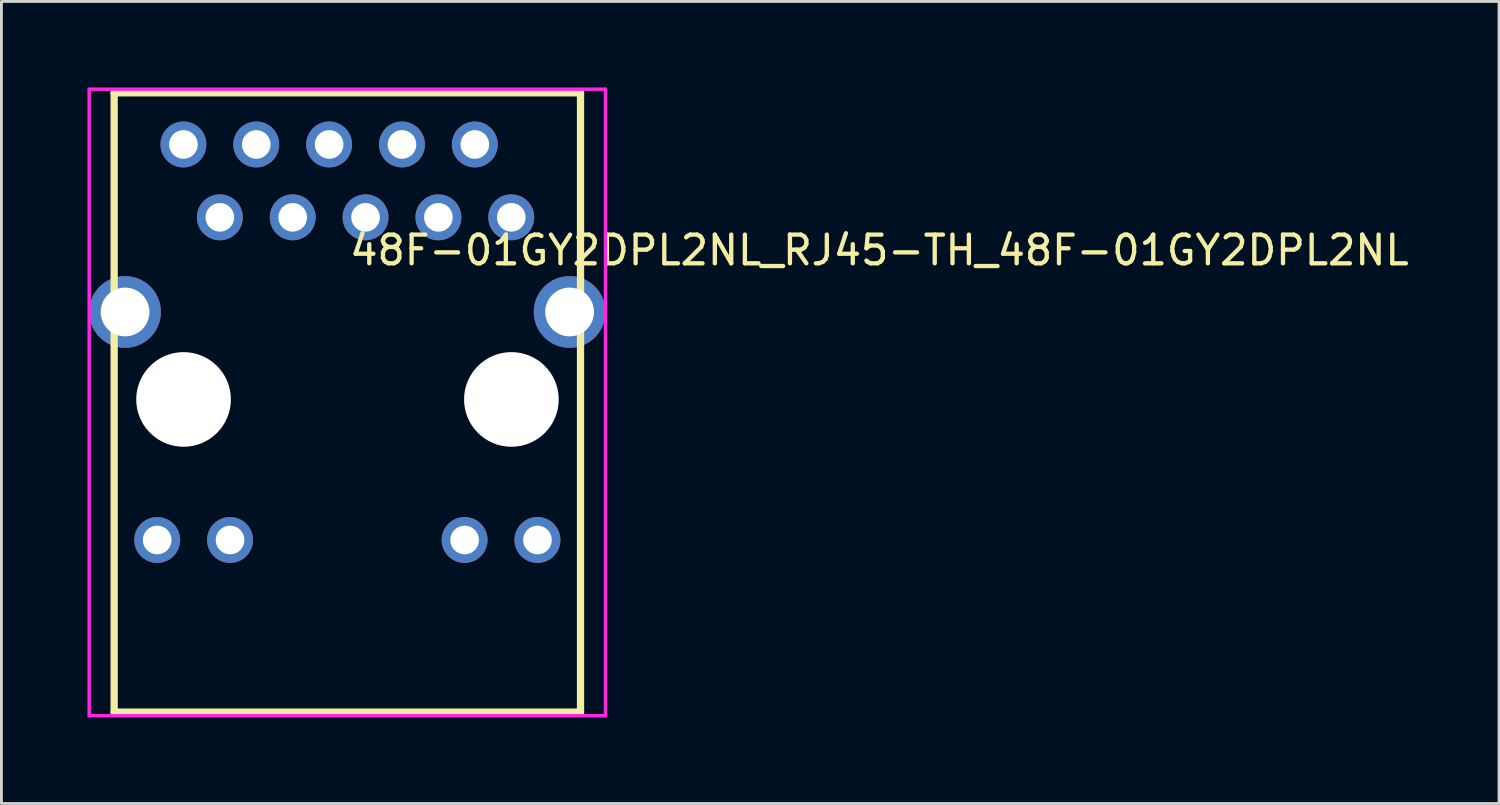
<source format=kicad_pcb>
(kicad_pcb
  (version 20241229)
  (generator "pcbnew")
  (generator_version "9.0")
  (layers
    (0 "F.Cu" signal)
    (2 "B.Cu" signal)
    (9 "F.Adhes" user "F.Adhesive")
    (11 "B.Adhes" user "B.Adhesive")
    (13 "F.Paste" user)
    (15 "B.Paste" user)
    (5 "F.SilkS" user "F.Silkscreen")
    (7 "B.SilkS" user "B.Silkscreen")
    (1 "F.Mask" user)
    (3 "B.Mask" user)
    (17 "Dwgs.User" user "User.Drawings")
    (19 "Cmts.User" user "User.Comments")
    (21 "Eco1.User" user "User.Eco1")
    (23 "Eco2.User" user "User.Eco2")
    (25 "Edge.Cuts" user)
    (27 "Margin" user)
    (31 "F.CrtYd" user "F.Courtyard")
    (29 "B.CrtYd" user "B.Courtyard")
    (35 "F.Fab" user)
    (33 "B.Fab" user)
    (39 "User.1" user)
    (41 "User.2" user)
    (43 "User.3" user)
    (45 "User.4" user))
  (footprint "48F-01GY2DPL2NL_RJ45-TH_48F-01GY2DPL2NL"
    (layer "F.Cu")
    (at 9.06 8.882)
    (property "Reference" "48F-01GY2DPL2NL_RJ45-TH_48F-01GY2DPL2NL" (at 0 -3.207 0) (layer "F.SilkS") (effects (font (size 1 1) (thickness 0.15)) (justify left)))
    (attr through_hole)
    (fp_line (start -8.13 -8.695) (end -8.13 12.895) (stroke (width 0.254) (type solid)) (layer "F.SilkS"))
    (fp_line (start -8.13 12.895) (end 8.13 12.895) (stroke (width 0.254) (type solid)) (layer "F.SilkS"))
    (fp_line (start 8.13 -8.695) (end -8.13 -8.695) (stroke (width 0.254) (type solid)) (layer "F.SilkS"))
    (fp_line (start 8.13 12.895) (end 8.13 -8.695) (stroke (width 0.254) (type solid)) (layer "F.SilkS"))
    (fp_circle (center -9 -8.822) (end -8.97 -8.822) (stroke (width 0.06) (type solid)) (fill no) (layer "Eco2.User"))
    (fp_circle (center -7.75 -1.055) (end -7.375 -1.055) (stroke (width 0.75) (type solid)) (fill no) (layer "Eco2.User"))
    (fp_circle (center -6.629 6.895) (end -6.429 6.895) (stroke (width 0.4) (type solid)) (fill no) (layer "Eco2.User"))
    (fp_circle (center -5.715 -6.895) (end -5.515 -6.895) (stroke (width 0.4) (type solid)) (fill no) (layer "Eco2.User"))
    (fp_circle (center -5.71 1.995) (end -4.935 1.995) (stroke (width 1.55) (type solid)) (fill no) (layer "Eco2.User"))
    (fp_circle (center -4.445 -4.355) (end -4.245 -4.355) (stroke (width 0.4) (type solid)) (fill no) (layer "Eco2.User"))
    (fp_circle (center -4.089 6.895) (end -3.889 6.895) (stroke (width 0.4) (type solid)) (fill no) (layer "Eco2.User"))
    (fp_circle (center -3.175 -6.895) (end -2.975 -6.895) (stroke (width 0.4) (type solid)) (fill no) (layer "Eco2.User"))
    (fp_circle (center -1.905 -4.355) (end -1.705 -4.355) (stroke (width 0.4) (type solid)) (fill no) (layer "Eco2.User"))
    (fp_circle (center -0.635 -6.895) (end -0.435 -6.895) (stroke (width 0.4) (type solid)) (fill no) (layer "Eco2.User"))
    (fp_circle (center 0.635 -4.355) (end 0.835 -4.355) (stroke (width 0.4) (type solid)) (fill no) (layer "Eco2.User"))
    (fp_circle (center 1.905 -6.895) (end 2.105 -6.895) (stroke (width 0.4) (type solid)) (fill no) (layer "Eco2.User"))
    (fp_circle (center 3.175 -4.355) (end 3.375 -4.355) (stroke (width 0.4) (type solid)) (fill no) (layer "Eco2.User"))
    (fp_circle (center 4.089 6.895) (end 4.289 6.895) (stroke (width 0.4) (type solid)) (fill no) (layer "Eco2.User"))
    (fp_circle (center 4.445 -6.895) (end 4.645 -6.895) (stroke (width 0.4) (type solid)) (fill no) (layer "Eco2.User"))
    (fp_circle (center 5.715 -4.355) (end 5.915 -4.355) (stroke (width 0.4) (type solid)) (fill no) (layer "Eco2.User"))
    (fp_circle (center 5.72 1.995) (end 6.495 1.995) (stroke (width 1.55) (type solid)) (fill no) (layer "Eco2.User"))
    (fp_circle (center 6.629 6.895) (end 6.829 6.895) (stroke (width 0.4) (type solid)) (fill no) (layer "Eco2.User"))
    (fp_circle (center 7.75 -1.055) (end 8.125 -1.055) (stroke (width 0.75) (type solid)) (fill no) (layer "Eco2.User"))
    (fp_line (start -9 -8.822) (end 9 -8.822) (stroke (width 0.12) (type solid)) (layer "F.CrtYd"))
    (fp_line (start -9 13.022) (end -9 -8.822) (stroke (width 0.12) (type solid)) (layer "F.CrtYd"))
    (fp_line (start 9 -8.822) (end 9 13.022) (stroke (width 0.12) (type solid)) (layer "F.CrtYd"))
    (fp_line (start 9 13.022) (end -9 13.022) (stroke (width 0.12) (type solid)) (layer "F.CrtYd"))
    (pad "" np_thru_hole circle (at -5.71 1.995) (size 3.3 3.3) (drill 3.3) (layers "*.Cu" "*.Mask"))
    (pad "" np_thru_hole circle (at 5.72 1.995) (size 3.3 3.3) (drill 3.3) (layers "*.Cu" "*.Mask"))
    (pad "1" thru_hole circle (at -5.715 -6.895) (size 1.6 1.6) (drill 1) (layers "*.Cu" "*.Mask"))
    (pad "2" thru_hole circle (at -4.445 -4.355) (size 1.6 1.6) (drill 1) (layers "*.Cu" "*.Mask"))
    (pad "3" thru_hole circle (at -3.175 -6.895) (size 1.6 1.6) (drill 1) (layers "*.Cu" "*.Mask"))
    (pad "4" thru_hole circle (at -1.905 -4.355) (size 1.6 1.6) (drill 1) (layers "*.Cu" "*.Mask"))
    (pad "5" thru_hole circle (at -0.635 -6.895) (size 1.6 1.6) (drill 1) (layers "*.Cu" "*.Mask"))
    (pad "6" thru_hole circle (at 0.635 -4.355) (size 1.6 1.6) (drill 1) (layers "*.Cu" "*.Mask"))
    (pad "7" thru_hole circle (at 1.905 -6.895) (size 1.6 1.6) (drill 1) (layers "*.Cu" "*.Mask"))
    (pad "8" thru_hole circle (at 3.175 -4.355) (size 1.6 1.6) (drill 1) (layers "*.Cu" "*.Mask"))
    (pad "9" thru_hole circle (at 4.445 -6.895) (size 1.6 1.6) (drill 1) (layers "*.Cu" "*.Mask"))
    (pad "10" thru_hole circle (at 5.715 -4.355) (size 1.6 1.6) (drill 1) (layers "*.Cu" "*.Mask"))
    (pad "11" thru_hole circle (at -6.629 6.895) (size 1.6 1.6) (drill 1) (layers "*.Cu" "*.Mask"))
    (pad "12" thru_hole circle (at -4.089 6.895) (size 1.6 1.6) (drill 1) (layers "*.Cu" "*.Mask"))
    (pad "13" thru_hole circle (at 4.089 6.895) (size 1.6 1.6) (drill 1) (layers "*.Cu" "*.Mask"))
    (pad "14" thru_hole circle (at 6.629 6.895) (size 1.6 1.6) (drill 1) (layers "*.Cu" "*.Mask"))
    (pad "15" thru_hole circle (at -7.75 -1.055) (size 2.5 2.5) (drill 1.7) (layers "*.Cu" "*.Mask"))
    (pad "16" thru_hole circle (at 7.75 -1.055) (size 2.5 2.5) (drill 1.7) (layers "*.Cu" "*.Mask")))
  (gr_rect
    (start -3 -3)
    (end 49.215 24.964)
    (stroke (width 0.1) (type default))
    (fill no)
    (layer "Edge.Cuts")))
</source>
